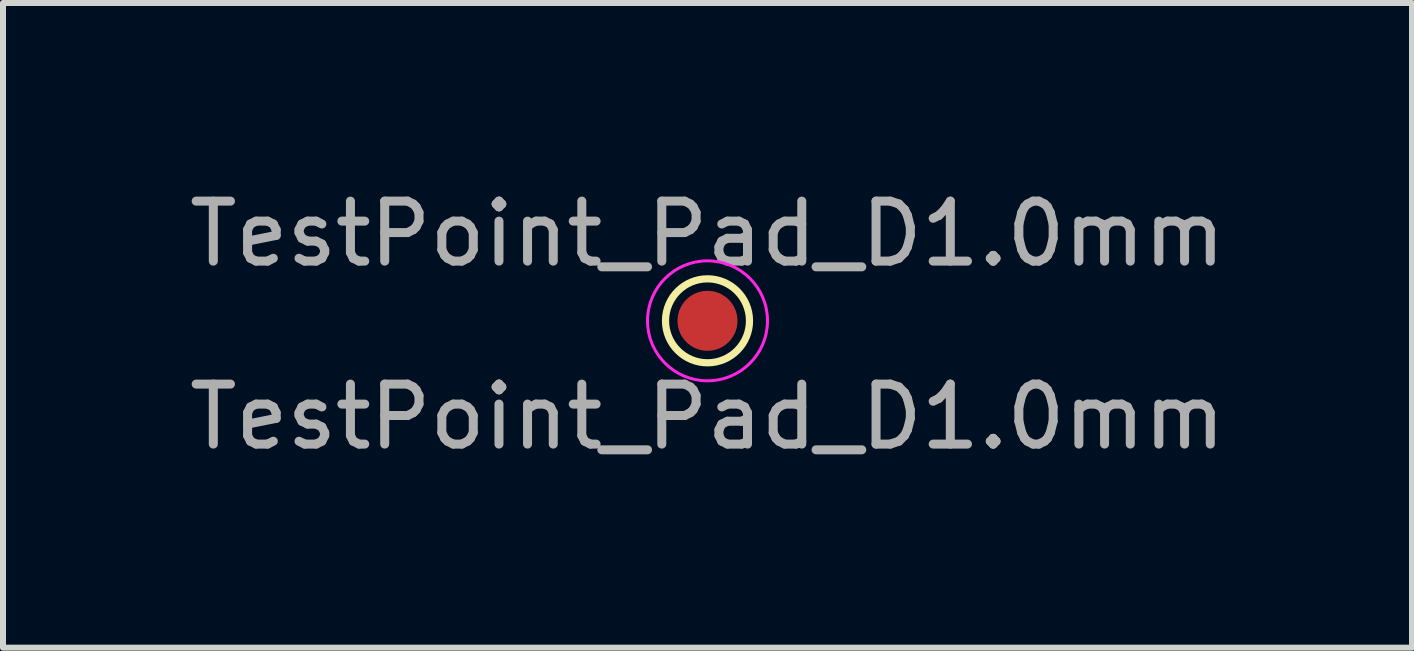
<source format=kicad_pcb>
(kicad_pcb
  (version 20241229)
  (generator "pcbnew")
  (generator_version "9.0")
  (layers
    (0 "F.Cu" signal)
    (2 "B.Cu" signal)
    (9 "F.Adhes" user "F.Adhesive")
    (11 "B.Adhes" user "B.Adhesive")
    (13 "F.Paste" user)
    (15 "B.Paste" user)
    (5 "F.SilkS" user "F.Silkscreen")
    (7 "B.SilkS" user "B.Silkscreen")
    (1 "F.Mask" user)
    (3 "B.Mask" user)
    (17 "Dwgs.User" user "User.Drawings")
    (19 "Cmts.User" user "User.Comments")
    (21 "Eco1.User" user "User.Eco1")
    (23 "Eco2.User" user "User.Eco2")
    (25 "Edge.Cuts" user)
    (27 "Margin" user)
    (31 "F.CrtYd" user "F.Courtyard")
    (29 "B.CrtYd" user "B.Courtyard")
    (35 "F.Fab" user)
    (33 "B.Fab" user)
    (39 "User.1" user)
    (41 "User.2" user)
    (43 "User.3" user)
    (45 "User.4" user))
  (footprint "TestPoint_Pad_D1.0mm"
    (layer "F.Cu")
    (at 8.744 2.298)
    (property "Reference" "TestPoint_Pad_D1.0mm" (at 0 1.6 0) (layer "F.Fab") (effects (font (size 1 1) (thickness 0.15))))
    (attr exclude_from_pos_files exclude_from_bom)
    (fp_circle (center 0 0) (end 0 0.7) (stroke (width 0.12) (type solid)) (fill no) (layer "F.SilkS"))
    (fp_circle (center 0 0) (end 1 0) (stroke (width 0.05) (type solid)) (fill no) (layer "F.CrtYd"))
    (fp_text user "${REFERENCE}" (at 0 -1.45 0) (layer "F.Fab") (effects (font (size 1 1) (thickness 0.15))))
    (pad "1" smd circle (at 0 0) (size 1 1) (layers "F.Cu" "F.Mask")))
  (gr_rect
    (start -3 -3)
    (end 20.488 7.747)
    (stroke (width 0.1) (type default))
    (fill no)
    (layer "Edge.Cuts")))
</source>
